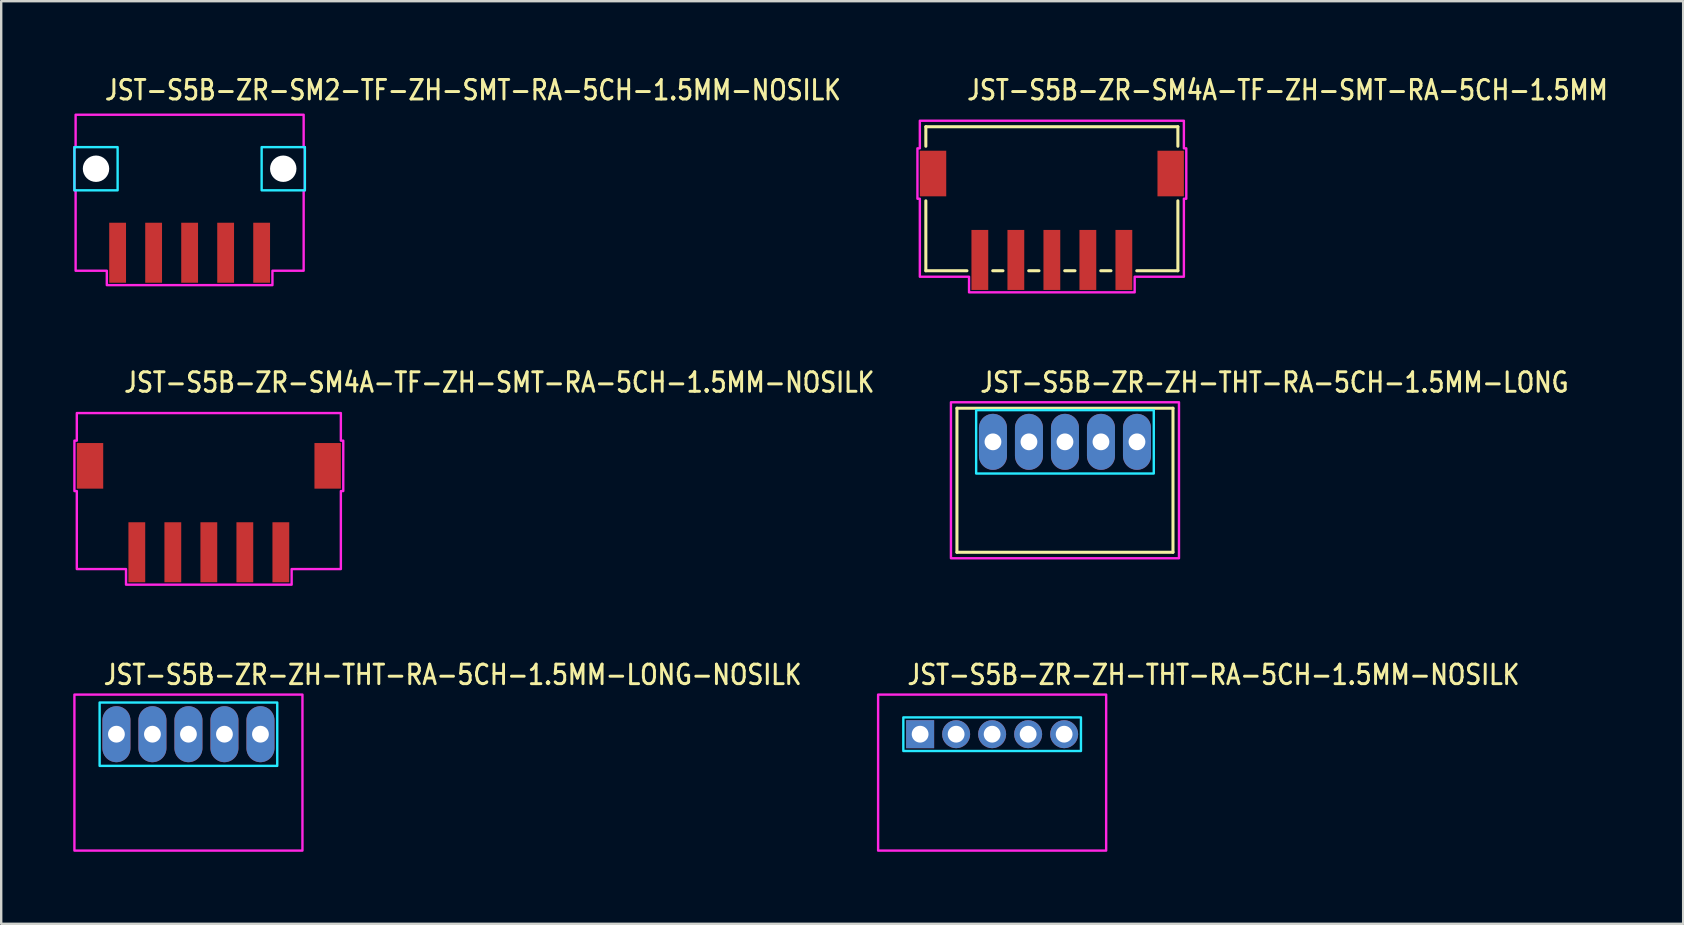
<source format=kicad_pcb>
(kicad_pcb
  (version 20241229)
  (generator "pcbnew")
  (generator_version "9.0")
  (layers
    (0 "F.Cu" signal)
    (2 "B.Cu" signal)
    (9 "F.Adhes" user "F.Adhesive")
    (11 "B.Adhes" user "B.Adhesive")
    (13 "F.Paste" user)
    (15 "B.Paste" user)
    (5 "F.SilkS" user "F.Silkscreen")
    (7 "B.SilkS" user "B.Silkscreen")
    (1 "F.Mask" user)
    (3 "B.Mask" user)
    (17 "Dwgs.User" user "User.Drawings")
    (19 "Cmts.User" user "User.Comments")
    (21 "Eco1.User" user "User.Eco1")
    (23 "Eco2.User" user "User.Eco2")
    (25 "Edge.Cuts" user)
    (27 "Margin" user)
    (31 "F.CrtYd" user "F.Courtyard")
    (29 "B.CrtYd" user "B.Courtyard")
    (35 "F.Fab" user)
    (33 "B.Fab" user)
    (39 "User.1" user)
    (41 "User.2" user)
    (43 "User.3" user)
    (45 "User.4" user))
  (footprint "JST-S5B-ZR-SM4A-TF-ZH-SMT-RA-5CH-1.5MM"
    (layer "F.Cu")
    (at 40.77 4.179)
    (property "Reference" "JST-S5B-ZR-SM4A-TF-ZH-SMT-RA-5CH-1.5MM" (at -3.6 -3 0) (unlocked yes) (layer "F.SilkS") (effects (font (size 0.813 0.695) (thickness 0.122)) (justify left bottom)))
    (fp_line (start -5.25 -1.95) (end -5.25 -1.137) (stroke (width 0.127) (type solid)) (layer "F.SilkS"))
    (fp_line (start -5.25 -1.95) (end 5.25 -1.95) (stroke (width 0.127) (type solid)) (layer "F.SilkS"))
    (fp_line (start -5.25 4.05) (end -5.25 1.137) (stroke (width 0.127) (type solid)) (layer "F.SilkS"))
    (fp_line (start -5.25 4.05) (end -3.537 4.05) (stroke (width 0.127) (type solid)) (layer "F.SilkS"))
    (fp_line (start -2.463 4.05) (end -2.037 4.05) (stroke (width 0.127) (type solid)) (layer "F.SilkS"))
    (fp_line (start -0.964 4.05) (end -0.536 4.05) (stroke (width 0.127) (type solid)) (layer "F.SilkS"))
    (fp_line (start 0.536 4.05) (end 0.964 4.05) (stroke (width 0.127) (type solid)) (layer "F.SilkS"))
    (fp_line (start 2.037 4.05) (end 2.463 4.05) (stroke (width 0.127) (type solid)) (layer "F.SilkS"))
    (fp_line (start 3.537 4.05) (end 5.25 4.05) (stroke (width 0.127) (type solid)) (layer "F.SilkS"))
    (fp_line (start 5.25 -1.137) (end 5.25 -1.95) (stroke (width 0.127) (type solid)) (layer "F.SilkS"))
    (fp_line (start 5.25 1.137) (end 5.25 4.05) (stroke (width 0.127) (type solid)) (layer "F.SilkS"))
    (fp_poly (pts (xy -5.5 -2.2) (xy -5.5 -1.05) (xy -5.6 -1.05) (xy -5.6 1.05) (xy -5.5 1.05) (xy -5.5 4.3) (xy -3.45 4.3) (xy -3.45 4.95) (xy 3.45 4.95) (xy 3.45 4.3) (xy 5.5 4.3) (xy 5.5 1.05) (xy 5.6 1.05) (xy 5.6 -1.05) (xy 5.5 -1.05) (xy 5.5 -2.2)) (stroke (width 0.1) (type solid)) (fill no) (layer "F.CrtYd"))
    (pad "1" smd rect (at 3 3.6) (size 0.7 2.5) (layers "F.Cu" "F.Mask" "F.Paste"))
    (pad "2" smd rect (at 1.5 3.6) (size 0.7 2.5) (layers "F.Cu" "F.Mask" "F.Paste"))
    (pad "3" smd rect (at 0 3.6) (size 0.7 2.5) (layers "F.Cu" "F.Mask" "F.Paste"))
    (pad "4" smd rect (at -1.5 3.6) (size 0.7 2.5) (layers "F.Cu" "F.Mask" "F.Paste"))
    (pad "5" smd rect (at -3 3.6) (size 0.7 2.5) (layers "F.Cu" "F.Mask" "F.Paste"))
    (pad "S_1" smd rect (at -4.95 0) (size 1.1 1.9) (layers "F.Cu" "F.Mask" "F.Paste"))
    (pad "S_2" smd rect (at 4.95 0) (size 1.1 1.9) (layers "F.Cu" "F.Mask" "F.Paste")))
  (footprint "JST-S5B-ZR-SM2-TF-ZH-SMT-RA-5CH-1.5MM-NOSILK"
    (layer "F.Cu")
    (at 4.85 3.979)
    (property "Reference" "JST-S5B-ZR-SM2-TF-ZH-SMT-RA-5CH-1.5MM-NOSILK" (at -3.6 -2.8 0) (unlocked yes) (layer "F.SilkS") (effects (font (size 0.813 0.695) (thickness 0.122)) (justify left bottom)))
    (fp_poly (pts (xy -4.8 -0.9) (xy -4.8 0.9) (xy -3 0.9) (xy -3 -0.9)) (stroke (width 0.1) (type solid)) (fill no) (layer "B.CrtYd"))
    (fp_poly (pts (xy 4.8 -0.9) (xy 4.8 0.9) (xy 3 0.9) (xy 3 -0.9)) (stroke (width 0.1) (type solid)) (fill no) (layer "B.CrtYd"))
    (fp_poly (pts (xy -4.75 -2.25) (xy -4.75 -0.9) (xy -4.8 -0.9) (xy -4.8 0.9) (xy -4.75 0.9) (xy -4.75 4.25) (xy -3.45 4.25) (xy -3.45 4.85) (xy 3.45 4.85) (xy 3.45 4.25) (xy 4.75 4.25) (xy 4.75 0.9) (xy 4.8 0.9) (xy 4.8 -0.9) (xy 4.75 -0.9) (xy 4.75 -2.25)) (stroke (width 0.1) (type solid)) (fill no) (layer "F.CrtYd"))
    (pad "" np_thru_hole circle (at -3.9 0) (size 1.1 1.1) (drill 1.1) (layers "*.Cu" "*.Mask"))
    (pad "" np_thru_hole circle (at 3.9 0) (size 1.1 1.1) (drill 1.1) (layers "*.Cu" "*.Mask"))
    (pad "1" smd rect (at 3 3.5) (size 0.7 2.5) (layers "F.Cu" "F.Mask" "F.Paste"))
    (pad "2" smd rect (at 1.5 3.5) (size 0.7 2.5) (layers "F.Cu" "F.Mask" "F.Paste"))
    (pad "3" smd rect (at 0 3.5) (size 0.7 2.5) (layers "F.Cu" "F.Mask" "F.Paste"))
    (pad "4" smd rect (at -1.5 3.5) (size 0.7 2.5) (layers "F.Cu" "F.Mask" "F.Paste"))
    (pad "5" smd rect (at -3 3.5) (size 0.7 2.5) (layers "F.Cu" "F.Mask" "F.Paste")))
  (footprint "JST-S5B-ZR-ZH-THT-RA-5CH-1.5MM-LONG"
    (layer "F.Cu")
    (at 41.316 15.357)
    (property "Reference" "JST-S5B-ZR-ZH-THT-RA-5CH-1.5MM-LONG" (at -3.6 -2 0) (unlocked yes) (layer "F.SilkS") (effects (font (size 0.813 0.695) (thickness 0.122)) (justify left bottom)))
    (fp_line (start -4.5 -1.4) (end 4.5 -1.4) (stroke (width 0.127) (type solid)) (layer "F.SilkS"))
    (fp_line (start -4.5 4.6) (end -4.5 -1.4) (stroke (width 0.127) (type solid)) (layer "F.SilkS"))
    (fp_line (start -4.5 4.6) (end 4.5 4.6) (stroke (width 0.127) (type solid)) (layer "F.SilkS"))
    (fp_line (start 4.5 -1.4) (end 4.5 4.6) (stroke (width 0.127) (type solid)) (layer "F.SilkS"))
    (fp_poly (pts (xy -3.7 -1.32) (xy -3.7 1.32) (xy 3.7 1.32) (xy 3.7 -1.32)) (stroke (width 0.1) (type solid)) (fill no) (layer "B.CrtYd"))
    (fp_poly (pts (xy -4.75 -1.65) (xy -4.75 4.85) (xy 4.75 4.85) (xy 4.75 -1.65)) (stroke (width 0.1) (type solid)) (fill no) (layer "F.CrtYd"))
    (pad "1" thru_hole oval (at -3 0 90) (size 2.333 1.167) (drill 0.7) (layers "*.Cu" "*.Mask"))
    (pad "2" thru_hole oval (at -1.5 0 90) (size 2.333 1.167) (drill 0.7) (layers "*.Cu" "*.Mask"))
    (pad "3" thru_hole oval (at 0 0 90) (size 2.333 1.167) (drill 0.7) (layers "*.Cu" "*.Mask"))
    (pad "4" thru_hole oval (at 1.5 0 90) (size 2.333 1.167) (drill 0.7) (layers "*.Cu" "*.Mask"))
    (pad "5" thru_hole oval (at 3 0 90) (size 2.333 1.167) (drill 0.7) (layers "*.Cu" "*.Mask")))
  (footprint "JST-S5B-ZR-ZH-THT-RA-5CH-1.5MM-LONG-NOSILK"
    (layer "F.Cu")
    (at 4.8 27.536)
    (property "Reference" "JST-S5B-ZR-ZH-THT-RA-5CH-1.5MM-LONG-NOSILK" (at -3.6 -2 0) (unlocked yes) (layer "F.SilkS") (effects (font (size 0.813 0.695) (thickness 0.122)) (justify left bottom)))
    (fp_poly (pts (xy -3.7 -1.32) (xy -3.7 1.32) (xy 3.7 1.32) (xy 3.7 -1.32)) (stroke (width 0.1) (type solid)) (fill no) (layer "B.CrtYd"))
    (fp_poly (pts (xy -4.75 -1.65) (xy -4.75 4.85) (xy 4.75 4.85) (xy 4.75 -1.65)) (stroke (width 0.1) (type solid)) (fill no) (layer "F.CrtYd"))
    (pad "1" thru_hole oval (at -3 0 90) (size 2.333 1.167) (drill 0.7) (layers "*.Cu" "*.Mask"))
    (pad "2" thru_hole oval (at -1.5 0 90) (size 2.333 1.167) (drill 0.7) (layers "*.Cu" "*.Mask"))
    (pad "3" thru_hole oval (at 0 0 90) (size 2.333 1.167) (drill 0.7) (layers "*.Cu" "*.Mask"))
    (pad "4" thru_hole oval (at 1.5 0 90) (size 2.333 1.167) (drill 0.7) (layers "*.Cu" "*.Mask"))
    (pad "5" thru_hole oval (at 3 0 90) (size 2.333 1.167) (drill 0.7) (layers "*.Cu" "*.Mask")))
  (footprint "JST-S5B-ZR-SM4A-TF-ZH-SMT-RA-5CH-1.5MM-NOSILK"
    (layer "F.Cu")
    (at 5.65 16.357)
    (property "Reference" "JST-S5B-ZR-SM4A-TF-ZH-SMT-RA-5CH-1.5MM-NOSILK" (at -3.6 -3 0) (unlocked yes) (layer "F.SilkS") (effects (font (size 0.813 0.695) (thickness 0.122)) (justify left bottom)))
    (fp_poly (pts (xy -5.5 -2.2) (xy -5.5 -1.05) (xy -5.6 -1.05) (xy -5.6 1.05) (xy -5.5 1.05) (xy -5.5 4.3) (xy -3.45 4.3) (xy -3.45 4.95) (xy 3.45 4.95) (xy 3.45 4.3) (xy 5.5 4.3) (xy 5.5 1.05) (xy 5.6 1.05) (xy 5.6 -1.05) (xy 5.5 -1.05) (xy 5.5 -2.2)) (stroke (width 0.1) (type solid)) (fill no) (layer "F.CrtYd"))
    (pad "1" smd rect (at 3 3.6) (size 0.7 2.5) (layers "F.Cu" "F.Mask" "F.Paste"))
    (pad "2" smd rect (at 1.5 3.6) (size 0.7 2.5) (layers "F.Cu" "F.Mask" "F.Paste"))
    (pad "3" smd rect (at 0 3.6) (size 0.7 2.5) (layers "F.Cu" "F.Mask" "F.Paste"))
    (pad "4" smd rect (at -1.5 3.6) (size 0.7 2.5) (layers "F.Cu" "F.Mask" "F.Paste"))
    (pad "5" smd rect (at -3 3.6) (size 0.7 2.5) (layers "F.Cu" "F.Mask" "F.Paste"))
    (pad "S_1" smd rect (at -4.95 0) (size 1.1 1.9) (layers "F.Cu" "F.Mask" "F.Paste"))
    (pad "S_2" smd rect (at 4.95 0) (size 1.1 1.9) (layers "F.Cu" "F.Mask" "F.Paste")))
  (footprint "JST-S5B-ZR-ZH-THT-RA-5CH-1.5MM-NOSILK"
    (layer "F.Cu")
    (at 38.282 27.536)
    (property "Reference" "JST-S5B-ZR-ZH-THT-RA-5CH-1.5MM-NOSILK" (at -3.6 -2 0) (unlocked yes) (layer "F.SilkS") (effects (font (size 0.813 0.695) (thickness 0.122)) (justify left bottom)))
    (fp_poly (pts (xy -3.7 -0.7) (xy -3.7 0.7) (xy 3.7 0.7) (xy 3.7 -0.7)) (stroke (width 0.1) (type solid)) (fill no) (layer "B.CrtYd"))
    (fp_poly (pts (xy -4.75 -1.65) (xy -4.75 4.85) (xy 4.75 4.85) (xy 4.75 -1.65)) (stroke (width 0.1) (type solid)) (fill no) (layer "F.CrtYd"))
    (pad "1" thru_hole rect (at -3 0) (size 1.167 1.167) (drill 0.7) (layers "*.Cu" "*.Mask"))
    (pad "2" thru_hole oval (at -1.5 0) (size 1.167 1.167) (drill 0.7) (layers "*.Cu" "*.Mask"))
    (pad "3" thru_hole oval (at 0 0) (size 1.167 1.167) (drill 0.7) (layers "*.Cu" "*.Mask"))
    (pad "4" thru_hole oval (at 1.5 0) (size 1.167 1.167) (drill 0.7) (layers "*.Cu" "*.Mask"))
    (pad "5" thru_hole oval (at 3 0) (size 1.167 1.167) (drill 0.7) (layers "*.Cu" "*.Mask")))
  (gr_rect
    (start -3 -3)
    (end 67.07 35.436)
    (stroke (width 0.1) (type default))
    (fill no)
    (layer "Edge.Cuts")))
</source>
